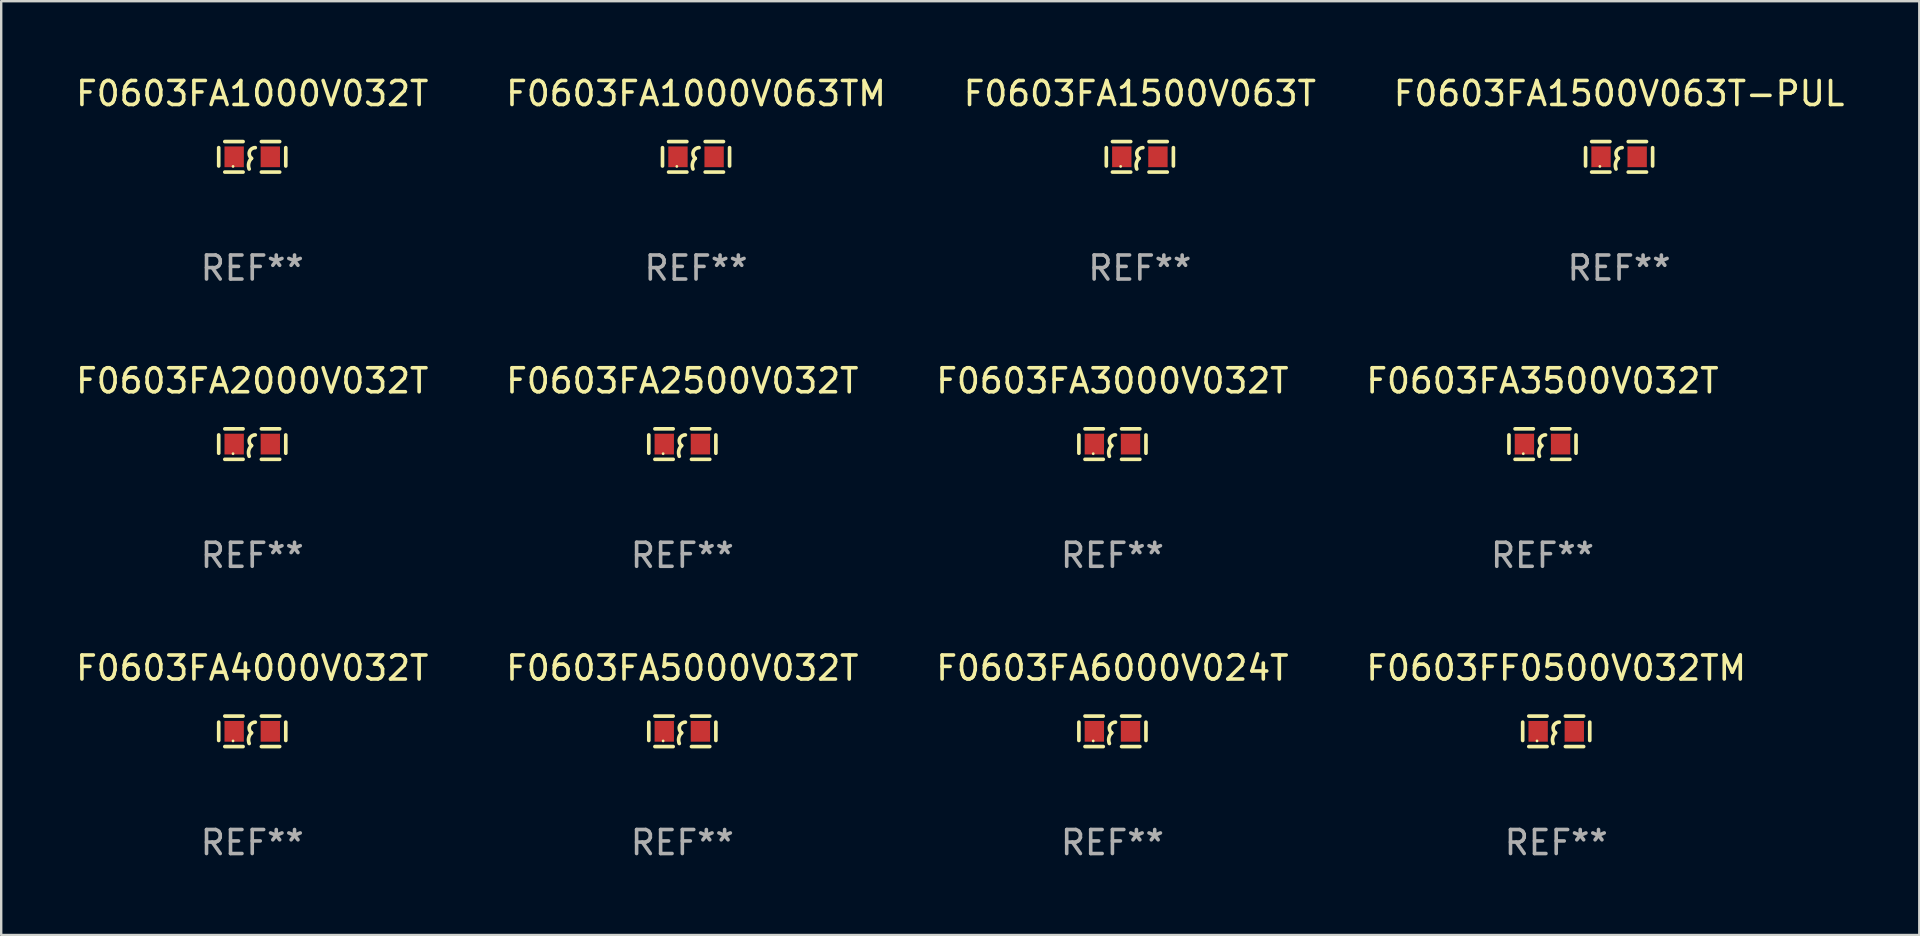
<source format=kicad_pcb>
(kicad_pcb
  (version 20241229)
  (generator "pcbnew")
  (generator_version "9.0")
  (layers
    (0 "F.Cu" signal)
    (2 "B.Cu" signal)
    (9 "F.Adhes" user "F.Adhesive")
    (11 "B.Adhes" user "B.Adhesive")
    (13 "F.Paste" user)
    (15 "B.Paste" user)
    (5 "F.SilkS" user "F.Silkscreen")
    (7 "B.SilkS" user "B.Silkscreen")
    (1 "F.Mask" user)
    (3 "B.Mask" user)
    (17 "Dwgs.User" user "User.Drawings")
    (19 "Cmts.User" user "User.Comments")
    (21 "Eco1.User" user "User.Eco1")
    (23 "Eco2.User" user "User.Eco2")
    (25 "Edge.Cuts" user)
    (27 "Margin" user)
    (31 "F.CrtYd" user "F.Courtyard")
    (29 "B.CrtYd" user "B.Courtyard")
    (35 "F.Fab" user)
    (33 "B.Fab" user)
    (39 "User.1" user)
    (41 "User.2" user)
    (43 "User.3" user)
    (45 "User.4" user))
  (footprint "F0603FA2000V032T"
    (layer "F.Cu")
    (at 7.458 15.45)
    (property "Reference" "F0603FA2000V032T" (at 0 -2.635 0) (layer "F.SilkS") (effects (font (size 1 1) (thickness 0.15))))
    (attr through_hole)
    (fp_line (start -1.397 -0.381) (end -1.397 0.381) (stroke (width 0.152) (type solid)) (layer "F.SilkS"))
    (fp_line (start -0.381 -0.635) (end -1.143 -0.635) (stroke (width 0.152) (type solid)) (layer "F.SilkS"))
    (fp_line (start -0.381 0.635) (end -1.143 0.635) (stroke (width 0.152) (type solid)) (layer "F.SilkS"))
    (fp_line (start 0.381 -0.635) (end 1.143 -0.635) (stroke (width 0.152) (type solid)) (layer "F.SilkS"))
    (fp_line (start 0.381 0.635) (end 1.143 0.635) (stroke (width 0.152) (type solid)) (layer "F.SilkS"))
    (fp_line (start 1.397 -0.381) (end 1.397 0.381) (stroke (width 0.152) (type solid)) (layer "F.SilkS"))
    (fp_arc (start -0.127 0.508001) (mid -0.146523 0.271131) (end -0.030861 0.0635) (stroke (width 0.151994) (type solid)) (layer "F.SilkS"))
    (fp_arc (start -0.03175 0.0635) (mid -0.113571 -0.216321) (end 0.127001 -0.381002) (stroke (width 0.151994) (type solid)) (layer "F.SilkS"))
    (fp_circle (center -0.8 0.4) (end -0.77 0.4) (stroke (width 0.06) (type solid)) (fill no) (layer "F.SilkS"))
    (fp_text user "REF**" (at 0 4.635 0) (layer "F.Fab") (effects (font (size 1 1) (thickness 0.15))))
    (pad "1" smd rect (at -0.753 0) (size 0.806 0.864) (layers "F.Cu" "F.Mask" "F.Paste"))
    (pad "2" smd rect (at 0.753 0) (size 0.806 0.864) (layers "F.Cu" "F.Mask" "F.Paste")))
  (footprint "F0603FA6000V024T"
    (layer "F.Cu")
    (at 43.292 27.416)
    (property "Reference" "F0603FA6000V024T" (at 0 -2.635 0) (layer "F.SilkS") (effects (font (size 1 1) (thickness 0.15))))
    (attr through_hole)
    (fp_line (start -1.397 -0.381) (end -1.397 0.381) (stroke (width 0.152) (type solid)) (layer "F.SilkS"))
    (fp_line (start -0.381 -0.635) (end -1.143 -0.635) (stroke (width 0.152) (type solid)) (layer "F.SilkS"))
    (fp_line (start -0.381 0.635) (end -1.143 0.635) (stroke (width 0.152) (type solid)) (layer "F.SilkS"))
    (fp_line (start 0.381 -0.635) (end 1.143 -0.635) (stroke (width 0.152) (type solid)) (layer "F.SilkS"))
    (fp_line (start 0.381 0.635) (end 1.143 0.635) (stroke (width 0.152) (type solid)) (layer "F.SilkS"))
    (fp_line (start 1.397 -0.381) (end 1.397 0.381) (stroke (width 0.152) (type solid)) (layer "F.SilkS"))
    (fp_arc (start -0.127 0.508001) (mid -0.146523 0.271131) (end -0.030861 0.0635) (stroke (width 0.151994) (type solid)) (layer "F.SilkS"))
    (fp_arc (start -0.03175 0.0635) (mid -0.113571 -0.216321) (end 0.127001 -0.381002) (stroke (width 0.151994) (type solid)) (layer "F.SilkS"))
    (fp_circle (center -0.8 0.4) (end -0.77 0.4) (stroke (width 0.06) (type solid)) (fill no) (layer "F.SilkS"))
    (fp_text user "REF**" (at 0 4.635 0) (layer "F.Fab") (effects (font (size 1 1) (thickness 0.15))))
    (pad "1" smd rect (at -0.753 0) (size 0.806 0.864) (layers "F.Cu" "F.Mask" "F.Paste"))
    (pad "2" smd rect (at 0.753 0) (size 0.806 0.864) (layers "F.Cu" "F.Mask" "F.Paste")))
  (footprint "F0603FA1000V063TM"
    (layer "F.Cu")
    (at 25.946 3.483)
    (property "Reference" "F0603FA1000V063TM" (at 0 -2.635 0) (layer "F.SilkS") (effects (font (size 1 1) (thickness 0.15))))
    (attr through_hole)
    (fp_line (start -1.397 -0.381) (end -1.397 0.381) (stroke (width 0.152) (type solid)) (layer "F.SilkS"))
    (fp_line (start -0.381 -0.635) (end -1.143 -0.635) (stroke (width 0.152) (type solid)) (layer "F.SilkS"))
    (fp_line (start -0.381 0.635) (end -1.143 0.635) (stroke (width 0.152) (type solid)) (layer "F.SilkS"))
    (fp_line (start 0.381 -0.635) (end 1.143 -0.635) (stroke (width 0.152) (type solid)) (layer "F.SilkS"))
    (fp_line (start 0.381 0.635) (end 1.143 0.635) (stroke (width 0.152) (type solid)) (layer "F.SilkS"))
    (fp_line (start 1.397 -0.381) (end 1.397 0.381) (stroke (width 0.152) (type solid)) (layer "F.SilkS"))
    (fp_arc (start -0.127 0.508001) (mid -0.146523 0.271131) (end -0.030861 0.0635) (stroke (width 0.151994) (type solid)) (layer "F.SilkS"))
    (fp_arc (start -0.03175 0.0635) (mid -0.113571 -0.216321) (end 0.127001 -0.381002) (stroke (width 0.151994) (type solid)) (layer "F.SilkS"))
    (fp_circle (center -0.8 0.4) (end -0.77 0.4) (stroke (width 0.06) (type solid)) (fill no) (layer "F.SilkS"))
    (fp_text user "REF**" (at 0 4.635 0) (layer "F.Fab") (effects (font (size 1 1) (thickness 0.15))))
    (pad "1" smd rect (at -0.753 0) (size 0.806 0.864) (layers "F.Cu" "F.Mask" "F.Paste"))
    (pad "2" smd rect (at 0.753 0) (size 0.806 0.864) (layers "F.Cu" "F.Mask" "F.Paste")))
  (footprint "F0603FA5000V032T"
    (layer "F.Cu")
    (at 25.375 27.416)
    (property "Reference" "F0603FA5000V032T" (at 0 -2.635 0) (layer "F.SilkS") (effects (font (size 1 1) (thickness 0.15))))
    (attr through_hole)
    (fp_line (start -1.397 -0.381) (end -1.397 0.381) (stroke (width 0.152) (type solid)) (layer "F.SilkS"))
    (fp_line (start -0.381 -0.635) (end -1.143 -0.635) (stroke (width 0.152) (type solid)) (layer "F.SilkS"))
    (fp_line (start -0.381 0.635) (end -1.143 0.635) (stroke (width 0.152) (type solid)) (layer "F.SilkS"))
    (fp_line (start 0.381 -0.635) (end 1.143 -0.635) (stroke (width 0.152) (type solid)) (layer "F.SilkS"))
    (fp_line (start 0.381 0.635) (end 1.143 0.635) (stroke (width 0.152) (type solid)) (layer "F.SilkS"))
    (fp_line (start 1.397 -0.381) (end 1.397 0.381) (stroke (width 0.152) (type solid)) (layer "F.SilkS"))
    (fp_arc (start -0.127 0.508001) (mid -0.146523 0.271131) (end -0.030861 0.0635) (stroke (width 0.151994) (type solid)) (layer "F.SilkS"))
    (fp_arc (start -0.03175 0.0635) (mid -0.113571 -0.216321) (end 0.127001 -0.381002) (stroke (width 0.151994) (type solid)) (layer "F.SilkS"))
    (fp_circle (center -0.8 0.4) (end -0.77 0.4) (stroke (width 0.06) (type solid)) (fill no) (layer "F.SilkS"))
    (fp_text user "REF**" (at 0 4.635 0) (layer "F.Fab") (effects (font (size 1 1) (thickness 0.15))))
    (pad "1" smd rect (at -0.753 0) (size 0.806 0.864) (layers "F.Cu" "F.Mask" "F.Paste"))
    (pad "2" smd rect (at 0.753 0) (size 0.806 0.864) (layers "F.Cu" "F.Mask" "F.Paste")))
  (footprint "F0603FA3000V032T"
    (layer "F.Cu")
    (at 43.292 15.45)
    (property "Reference" "F0603FA3000V032T" (at 0 -2.635 0) (layer "F.SilkS") (effects (font (size 1 1) (thickness 0.15))))
    (attr through_hole)
    (fp_line (start -1.397 -0.381) (end -1.397 0.381) (stroke (width 0.152) (type solid)) (layer "F.SilkS"))
    (fp_line (start -0.381 -0.635) (end -1.143 -0.635) (stroke (width 0.152) (type solid)) (layer "F.SilkS"))
    (fp_line (start -0.381 0.635) (end -1.143 0.635) (stroke (width 0.152) (type solid)) (layer "F.SilkS"))
    (fp_line (start 0.381 -0.635) (end 1.143 -0.635) (stroke (width 0.152) (type solid)) (layer "F.SilkS"))
    (fp_line (start 0.381 0.635) (end 1.143 0.635) (stroke (width 0.152) (type solid)) (layer "F.SilkS"))
    (fp_line (start 1.397 -0.381) (end 1.397 0.381) (stroke (width 0.152) (type solid)) (layer "F.SilkS"))
    (fp_arc (start -0.127 0.508001) (mid -0.146523 0.271131) (end -0.030861 0.0635) (stroke (width 0.151994) (type solid)) (layer "F.SilkS"))
    (fp_arc (start -0.03175 0.0635) (mid -0.113571 -0.216321) (end 0.127001 -0.381002) (stroke (width 0.151994) (type solid)) (layer "F.SilkS"))
    (fp_circle (center -0.8 0.4) (end -0.77 0.4) (stroke (width 0.06) (type solid)) (fill no) (layer "F.SilkS"))
    (fp_text user "REF**" (at 0 4.635 0) (layer "F.Fab") (effects (font (size 1 1) (thickness 0.15))))
    (pad "1" smd rect (at -0.753 0) (size 0.806 0.864) (layers "F.Cu" "F.Mask" "F.Paste"))
    (pad "2" smd rect (at 0.753 0) (size 0.806 0.864) (layers "F.Cu" "F.Mask" "F.Paste")))
  (footprint "F0603FA3500V032T"
    (layer "F.Cu")
    (at 61.208 15.45)
    (property "Reference" "F0603FA3500V032T" (at 0 -2.635 0) (layer "F.SilkS") (effects (font (size 1 1) (thickness 0.15))))
    (attr through_hole)
    (fp_line (start -1.397 -0.381) (end -1.397 0.381) (stroke (width 0.152) (type solid)) (layer "F.SilkS"))
    (fp_line (start -0.381 -0.635) (end -1.143 -0.635) (stroke (width 0.152) (type solid)) (layer "F.SilkS"))
    (fp_line (start -0.381 0.635) (end -1.143 0.635) (stroke (width 0.152) (type solid)) (layer "F.SilkS"))
    (fp_line (start 0.381 -0.635) (end 1.143 -0.635) (stroke (width 0.152) (type solid)) (layer "F.SilkS"))
    (fp_line (start 0.381 0.635) (end 1.143 0.635) (stroke (width 0.152) (type solid)) (layer "F.SilkS"))
    (fp_line (start 1.397 -0.381) (end 1.397 0.381) (stroke (width 0.152) (type solid)) (layer "F.SilkS"))
    (fp_arc (start -0.127 0.508001) (mid -0.146523 0.271131) (end -0.030861 0.0635) (stroke (width 0.151994) (type solid)) (layer "F.SilkS"))
    (fp_arc (start -0.03175 0.0635) (mid -0.113571 -0.216321) (end 0.127001 -0.381002) (stroke (width 0.151994) (type solid)) (layer "F.SilkS"))
    (fp_circle (center -0.8 0.4) (end -0.77 0.4) (stroke (width 0.06) (type solid)) (fill no) (layer "F.SilkS"))
    (fp_text user "REF**" (at 0 4.635 0) (layer "F.Fab") (effects (font (size 1 1) (thickness 0.15))))
    (pad "1" smd rect (at -0.753 0) (size 0.806 0.864) (layers "F.Cu" "F.Mask" "F.Paste"))
    (pad "2" smd rect (at 0.753 0) (size 0.806 0.864) (layers "F.Cu" "F.Mask" "F.Paste")))
  (footprint "F0603FF0500V032TM"
    (layer "F.Cu")
    (at 61.78 27.416)
    (property "Reference" "F0603FF0500V032TM" (at 0 -2.635 0) (layer "F.SilkS") (effects (font (size 1 1) (thickness 0.15))))
    (attr through_hole)
    (fp_line (start -1.397 -0.381) (end -1.397 0.381) (stroke (width 0.152) (type solid)) (layer "F.SilkS"))
    (fp_line (start -0.381 -0.635) (end -1.143 -0.635) (stroke (width 0.152) (type solid)) (layer "F.SilkS"))
    (fp_line (start -0.381 0.635) (end -1.143 0.635) (stroke (width 0.152) (type solid)) (layer "F.SilkS"))
    (fp_line (start 0.381 -0.635) (end 1.143 -0.635) (stroke (width 0.152) (type solid)) (layer "F.SilkS"))
    (fp_line (start 0.381 0.635) (end 1.143 0.635) (stroke (width 0.152) (type solid)) (layer "F.SilkS"))
    (fp_line (start 1.397 -0.381) (end 1.397 0.381) (stroke (width 0.152) (type solid)) (layer "F.SilkS"))
    (fp_arc (start -0.127 0.508001) (mid -0.146523 0.271131) (end -0.030861 0.0635) (stroke (width 0.151994) (type solid)) (layer "F.SilkS"))
    (fp_arc (start -0.03175 0.0635) (mid -0.113571 -0.216321) (end 0.127001 -0.381002) (stroke (width 0.151994) (type solid)) (layer "F.SilkS"))
    (fp_circle (center -0.8 0.4) (end -0.77 0.4) (stroke (width 0.06) (type solid)) (fill no) (layer "F.SilkS"))
    (fp_text user "REF**" (at 0 4.635 0) (layer "F.Fab") (effects (font (size 1 1) (thickness 0.15))))
    (pad "1" smd rect (at -0.753 0) (size 0.806 0.864) (layers "F.Cu" "F.Mask" "F.Paste"))
    (pad "2" smd rect (at 0.753 0) (size 0.806 0.864) (layers "F.Cu" "F.Mask" "F.Paste")))
  (footprint "F0603FA2500V032T"
    (layer "F.Cu")
    (at 25.375 15.45)
    (property "Reference" "F0603FA2500V032T" (at 0 -2.635 0) (layer "F.SilkS") (effects (font (size 1 1) (thickness 0.15))))
    (attr through_hole)
    (fp_line (start -1.397 -0.381) (end -1.397 0.381) (stroke (width 0.152) (type solid)) (layer "F.SilkS"))
    (fp_line (start -0.381 -0.635) (end -1.143 -0.635) (stroke (width 0.152) (type solid)) (layer "F.SilkS"))
    (fp_line (start -0.381 0.635) (end -1.143 0.635) (stroke (width 0.152) (type solid)) (layer "F.SilkS"))
    (fp_line (start 0.381 -0.635) (end 1.143 -0.635) (stroke (width 0.152) (type solid)) (layer "F.SilkS"))
    (fp_line (start 0.381 0.635) (end 1.143 0.635) (stroke (width 0.152) (type solid)) (layer "F.SilkS"))
    (fp_line (start 1.397 -0.381) (end 1.397 0.381) (stroke (width 0.152) (type solid)) (layer "F.SilkS"))
    (fp_arc (start -0.127 0.508001) (mid -0.146523 0.271131) (end -0.030861 0.0635) (stroke (width 0.151994) (type solid)) (layer "F.SilkS"))
    (fp_arc (start -0.03175 0.0635) (mid -0.113571 -0.216321) (end 0.127001 -0.381002) (stroke (width 0.151994) (type solid)) (layer "F.SilkS"))
    (fp_circle (center -0.8 0.4) (end -0.77 0.4) (stroke (width 0.06) (type solid)) (fill no) (layer "F.SilkS"))
    (fp_text user "REF**" (at 0 4.635 0) (layer "F.Fab") (effects (font (size 1 1) (thickness 0.15))))
    (pad "1" smd rect (at -0.753 0) (size 0.806 0.864) (layers "F.Cu" "F.Mask" "F.Paste"))
    (pad "2" smd rect (at 0.753 0) (size 0.806 0.864) (layers "F.Cu" "F.Mask" "F.Paste")))
  (footprint "F0603FA4000V032T"
    (layer "F.Cu")
    (at 7.458 27.416)
    (property "Reference" "F0603FA4000V032T" (at 0 -2.635 0) (layer "F.SilkS") (effects (font (size 1 1) (thickness 0.15))))
    (attr through_hole)
    (fp_line (start -1.397 -0.381) (end -1.397 0.381) (stroke (width 0.152) (type solid)) (layer "F.SilkS"))
    (fp_line (start -0.381 -0.635) (end -1.143 -0.635) (stroke (width 0.152) (type solid)) (layer "F.SilkS"))
    (fp_line (start -0.381 0.635) (end -1.143 0.635) (stroke (width 0.152) (type solid)) (layer "F.SilkS"))
    (fp_line (start 0.381 -0.635) (end 1.143 -0.635) (stroke (width 0.152) (type solid)) (layer "F.SilkS"))
    (fp_line (start 0.381 0.635) (end 1.143 0.635) (stroke (width 0.152) (type solid)) (layer "F.SilkS"))
    (fp_line (start 1.397 -0.381) (end 1.397 0.381) (stroke (width 0.152) (type solid)) (layer "F.SilkS"))
    (fp_arc (start -0.127 0.508001) (mid -0.146523 0.271131) (end -0.030861 0.0635) (stroke (width 0.151994) (type solid)) (layer "F.SilkS"))
    (fp_arc (start -0.03175 0.0635) (mid -0.113571 -0.216321) (end 0.127001 -0.381002) (stroke (width 0.151994) (type solid)) (layer "F.SilkS"))
    (fp_circle (center -0.8 0.4) (end -0.77 0.4) (stroke (width 0.06) (type solid)) (fill no) (layer "F.SilkS"))
    (fp_text user "REF**" (at 0 4.635 0) (layer "F.Fab") (effects (font (size 1 1) (thickness 0.15))))
    (pad "1" smd rect (at -0.753 0) (size 0.806 0.864) (layers "F.Cu" "F.Mask" "F.Paste"))
    (pad "2" smd rect (at 0.753 0) (size 0.806 0.864) (layers "F.Cu" "F.Mask" "F.Paste")))
  (footprint "F0603FA1500V063T"
    (layer "F.Cu")
    (at 44.435 3.483)
    (property "Reference" "F0603FA1500V063T" (at 0 -2.635 0) (layer "F.SilkS") (effects (font (size 1 1) (thickness 0.15))))
    (attr through_hole)
    (fp_line (start -1.397 -0.381) (end -1.397 0.381) (stroke (width 0.152) (type solid)) (layer "F.SilkS"))
    (fp_line (start -0.381 -0.635) (end -1.143 -0.635) (stroke (width 0.152) (type solid)) (layer "F.SilkS"))
    (fp_line (start -0.381 0.635) (end -1.143 0.635) (stroke (width 0.152) (type solid)) (layer "F.SilkS"))
    (fp_line (start 0.381 -0.635) (end 1.143 -0.635) (stroke (width 0.152) (type solid)) (layer "F.SilkS"))
    (fp_line (start 0.381 0.635) (end 1.143 0.635) (stroke (width 0.152) (type solid)) (layer "F.SilkS"))
    (fp_line (start 1.397 -0.381) (end 1.397 0.381) (stroke (width 0.152) (type solid)) (layer "F.SilkS"))
    (fp_arc (start -0.127 0.508001) (mid -0.146523 0.271131) (end -0.030861 0.0635) (stroke (width 0.151994) (type solid)) (layer "F.SilkS"))
    (fp_arc (start -0.03175 0.0635) (mid -0.113571 -0.216321) (end 0.127001 -0.381002) (stroke (width 0.151994) (type solid)) (layer "F.SilkS"))
    (fp_circle (center -0.8 0.4) (end -0.77 0.4) (stroke (width 0.06) (type solid)) (fill no) (layer "F.SilkS"))
    (fp_text user "REF**" (at 0 4.635 0) (layer "F.Fab") (effects (font (size 1 1) (thickness 0.15))))
    (pad "1" smd rect (at -0.753 0) (size 0.806 0.864) (layers "F.Cu" "F.Mask" "F.Paste"))
    (pad "2" smd rect (at 0.753 0) (size 0.806 0.864) (layers "F.Cu" "F.Mask" "F.Paste")))
  (footprint "F0603FA1000V032T"
    (layer "F.Cu")
    (at 7.458 3.483)
    (property "Reference" "F0603FA1000V032T" (at 0 -2.635 0) (layer "F.SilkS") (effects (font (size 1 1) (thickness 0.15))))
    (attr through_hole)
    (fp_line (start -1.397 -0.381) (end -1.397 0.381) (stroke (width 0.152) (type solid)) (layer "F.SilkS"))
    (fp_line (start -0.381 -0.635) (end -1.143 -0.635) (stroke (width 0.152) (type solid)) (layer "F.SilkS"))
    (fp_line (start -0.381 0.635) (end -1.143 0.635) (stroke (width 0.152) (type solid)) (layer "F.SilkS"))
    (fp_line (start 0.381 -0.635) (end 1.143 -0.635) (stroke (width 0.152) (type solid)) (layer "F.SilkS"))
    (fp_line (start 0.381 0.635) (end 1.143 0.635) (stroke (width 0.152) (type solid)) (layer "F.SilkS"))
    (fp_line (start 1.397 -0.381) (end 1.397 0.381) (stroke (width 0.152) (type solid)) (layer "F.SilkS"))
    (fp_arc (start -0.127 0.508001) (mid -0.146523 0.271131) (end -0.030861 0.0635) (stroke (width 0.151994) (type solid)) (layer "F.SilkS"))
    (fp_arc (start -0.03175 0.0635) (mid -0.113571 -0.216321) (end 0.127001 -0.381002) (stroke (width 0.151994) (type solid)) (layer "F.SilkS"))
    (fp_circle (center -0.8 0.4) (end -0.77 0.4) (stroke (width 0.06) (type solid)) (fill no) (layer "F.SilkS"))
    (fp_text user "REF**" (at 0 4.635 0) (layer "F.Fab") (effects (font (size 1 1) (thickness 0.15))))
    (pad "1" smd rect (at -0.753 0) (size 0.806 0.864) (layers "F.Cu" "F.Mask" "F.Paste"))
    (pad "2" smd rect (at 0.753 0) (size 0.806 0.864) (layers "F.Cu" "F.Mask" "F.Paste")))
  (footprint "F0603FA1500V063T-PUL"
    (layer "F.Cu")
    (at 64.399 3.483)
    (property "Reference" "F0603FA1500V063T-PUL" (at 0 -2.635 0) (layer "F.SilkS") (effects (font (size 1 1) (thickness 0.15))))
    (attr through_hole)
    (fp_line (start -1.397 -0.381) (end -1.397 0.381) (stroke (width 0.152) (type solid)) (layer "F.SilkS"))
    (fp_line (start -0.381 -0.635) (end -1.143 -0.635) (stroke (width 0.152) (type solid)) (layer "F.SilkS"))
    (fp_line (start -0.381 0.635) (end -1.143 0.635) (stroke (width 0.152) (type solid)) (layer "F.SilkS"))
    (fp_line (start 0.381 -0.635) (end 1.143 -0.635) (stroke (width 0.152) (type solid)) (layer "F.SilkS"))
    (fp_line (start 0.381 0.635) (end 1.143 0.635) (stroke (width 0.152) (type solid)) (layer "F.SilkS"))
    (fp_line (start 1.397 -0.381) (end 1.397 0.381) (stroke (width 0.152) (type solid)) (layer "F.SilkS"))
    (fp_arc (start -0.127 0.508001) (mid -0.146523 0.271131) (end -0.030861 0.0635) (stroke (width 0.151994) (type solid)) (layer "F.SilkS"))
    (fp_arc (start -0.03175 0.0635) (mid -0.113571 -0.216321) (end 0.127001 -0.381002) (stroke (width 0.151994) (type solid)) (layer "F.SilkS"))
    (fp_circle (center -0.8 0.4) (end -0.77 0.4) (stroke (width 0.06) (type solid)) (fill no) (layer "F.SilkS"))
    (fp_text user "REF**" (at 0 4.635 0) (layer "F.Fab") (effects (font (size 1 1) (thickness 0.15))))
    (pad "1" smd rect (at -0.753 0) (size 0.806 0.864) (layers "F.Cu" "F.Mask" "F.Paste"))
    (pad "2" smd rect (at 0.753 0) (size 0.806 0.864) (layers "F.Cu" "F.Mask" "F.Paste")))
  (gr_rect
    (start -3 -3)
    (end 76.905 35.9)
    (stroke (width 0.1) (type default))
    (fill no)
    (layer "Edge.Cuts")))
</source>
